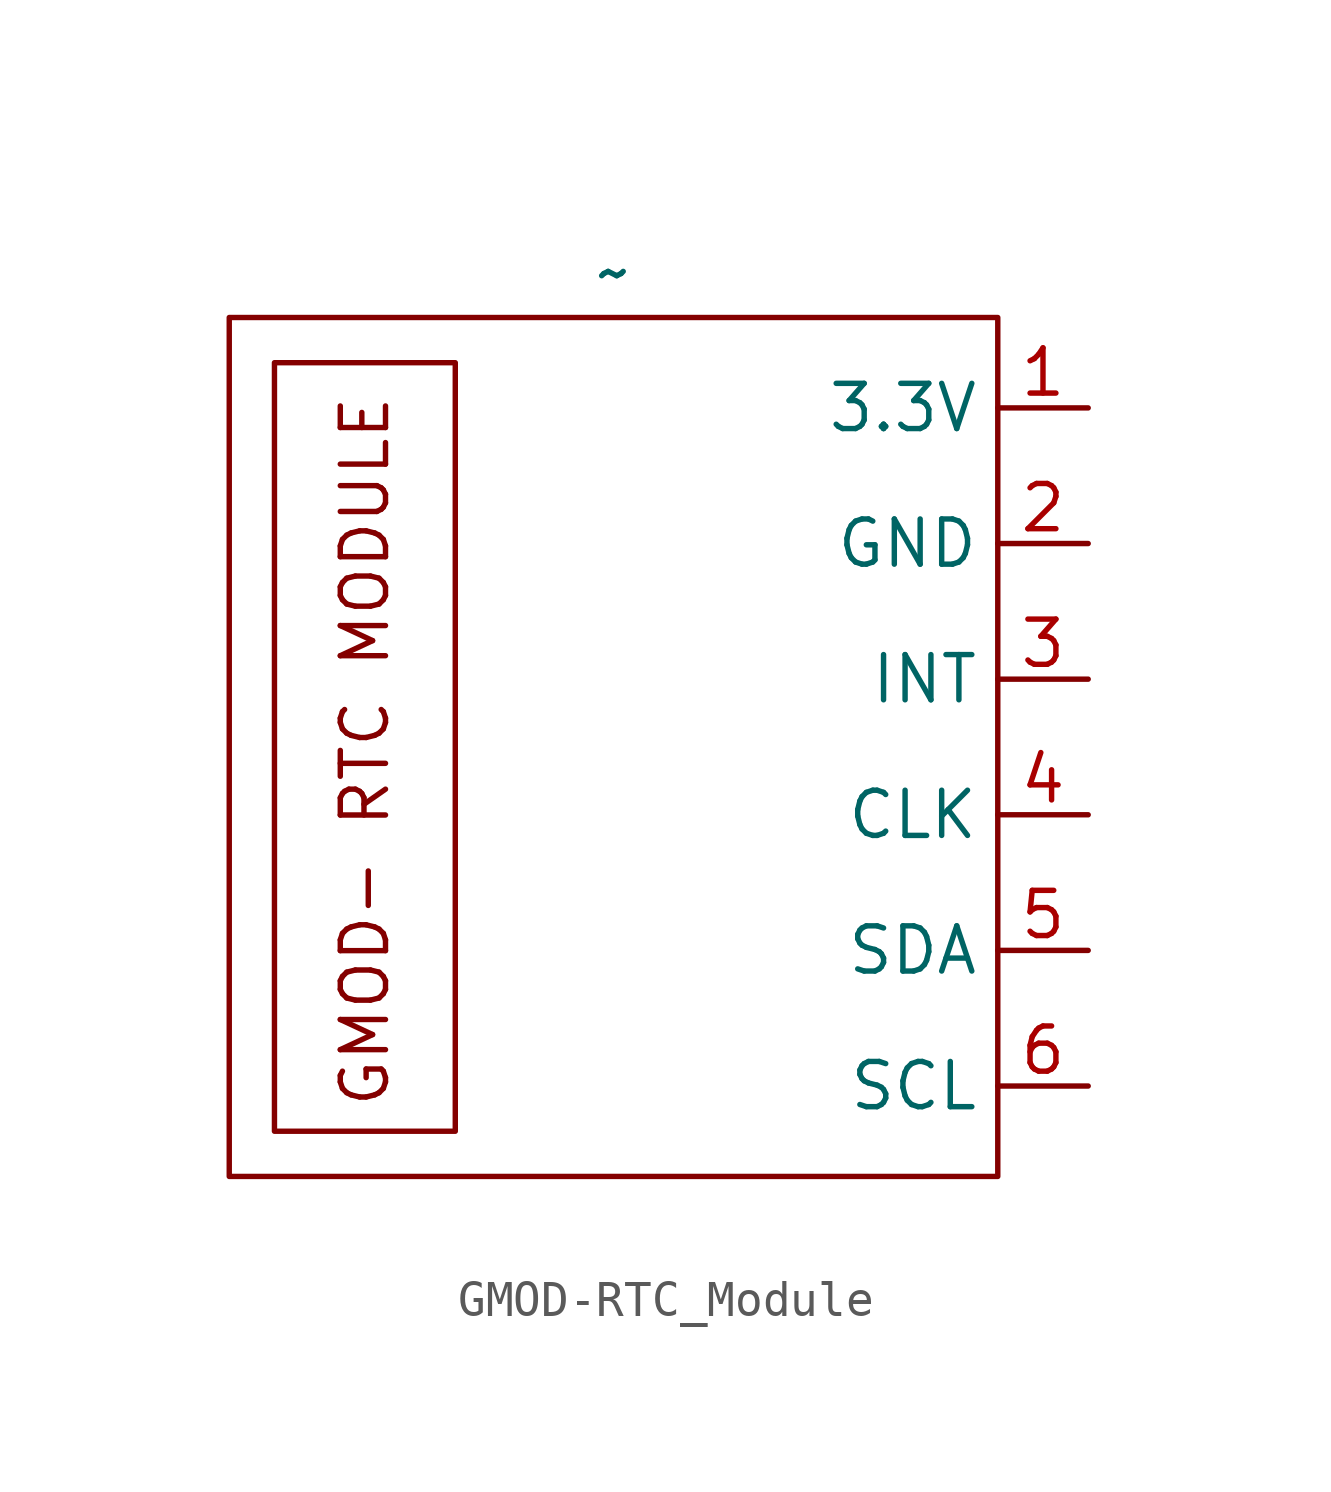
<source format=kicad_sym>
(kicad_symbol_lib
  (version 20241209)
  (generator "kicad_symbol_editor")
  (generator_version "9.0")
  (symbol "GMOD-RTC_Module"
    (property "Reference" "U8"
      (at 10.414 28.956 0)
      (effects (font (size 1.27 1.27)) (hide yes)))
    (property "Value" "~"
      (at -0.635 12.7 0)
      (effects (font (size 1.27 1.27))))
    (symbol "GMOD-RTC_Module_0_1"
      (rectangle (start -11.43 11.43) (end 10.16 -12.7) (stroke (width 0) (type default)) (fill (type none))))
    (symbol "GMOD-RTC_Module_1_1"
      (rectangle (start -10.16 10.16) (end -5.08 -11.43) (stroke (width 0) (type default)) (fill (type none)))
      (text "GMOD- RTC MODULE" (at -7.62 -0.762 900) (effects (font (size 1.27 1.27))))
      (pin power_in line (at 12.7 8.89 180) (length 2.54) (name "3.3V" (effects (font (size 1.27 1.27)))) (number "1" (effects (font (size 1.27 1.27)))))
      (pin power_in line (at 12.7 5.08 180) (length 2.54) (name "GND" (effects (font (size 1.27 1.27)))) (number "2" (effects (font (size 1.27 1.27)))))
      (pin bidirectional line (at 12.7 1.27 180) (length 2.54) (name "INT" (effects (font (size 1.27 1.27)))) (number "3" (effects (font (size 1.27 1.27)))))
      (pin bidirectional line (at 12.7 -2.54 180) (length 2.54) (name "CLK" (effects (font (size 1.27 1.27)))) (number "4" (effects (font (size 1.27 1.27)))))
      (pin bidirectional line (at 12.7 -6.35 180) (length 2.54) (name "SDA" (effects (font (size 1.27 1.27)))) (number "5" (effects (font (size 1.27 1.27)))))
      (pin bidirectional line (at 12.7 -10.16 180) (length 2.54) (name "SCL" (effects (font (size 1.27 1.27)))) (number "6" (effects (font (size 1.27 1.27))))))))
</source>
